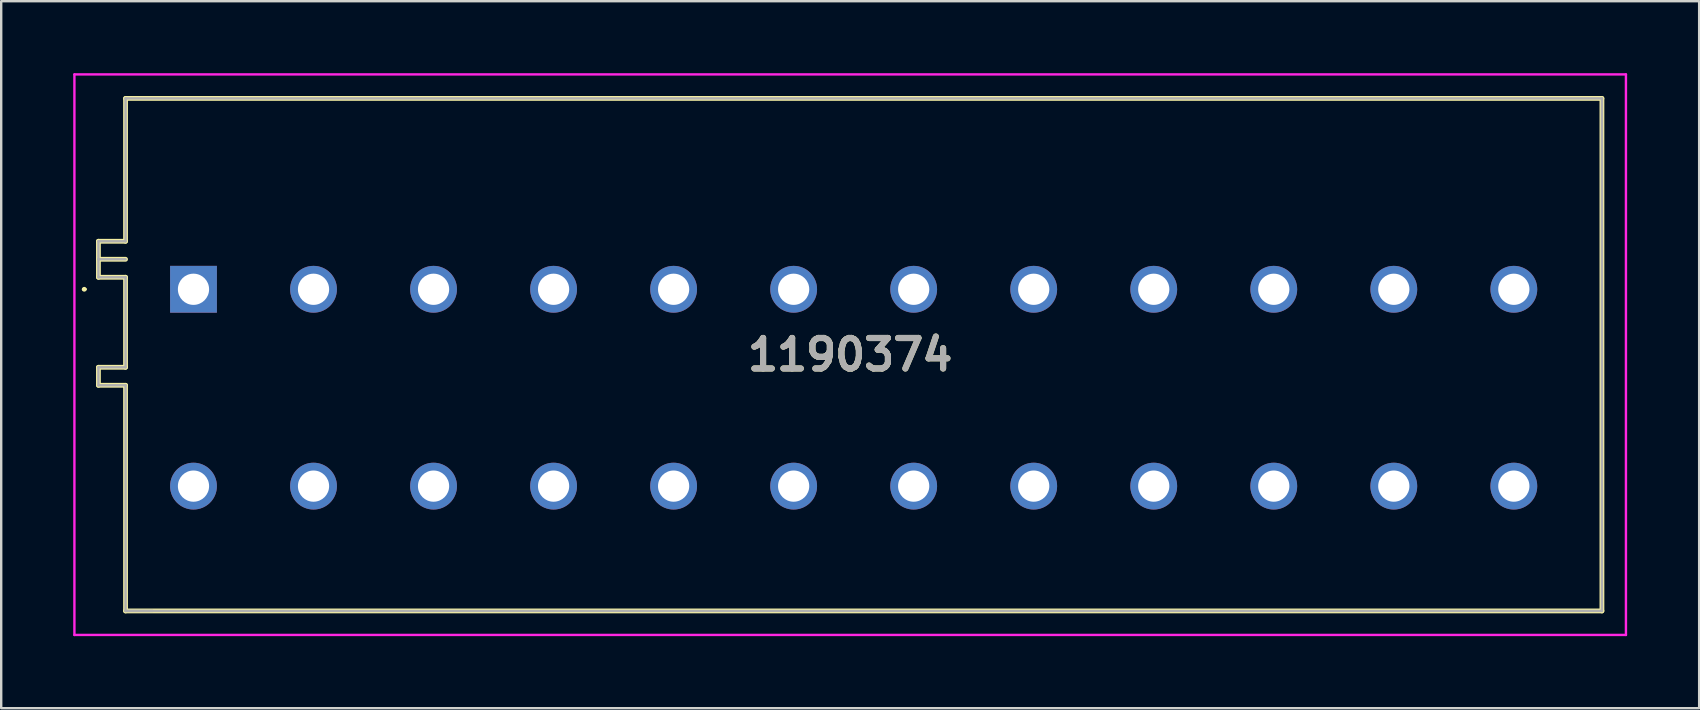
<source format=kicad_pcb>
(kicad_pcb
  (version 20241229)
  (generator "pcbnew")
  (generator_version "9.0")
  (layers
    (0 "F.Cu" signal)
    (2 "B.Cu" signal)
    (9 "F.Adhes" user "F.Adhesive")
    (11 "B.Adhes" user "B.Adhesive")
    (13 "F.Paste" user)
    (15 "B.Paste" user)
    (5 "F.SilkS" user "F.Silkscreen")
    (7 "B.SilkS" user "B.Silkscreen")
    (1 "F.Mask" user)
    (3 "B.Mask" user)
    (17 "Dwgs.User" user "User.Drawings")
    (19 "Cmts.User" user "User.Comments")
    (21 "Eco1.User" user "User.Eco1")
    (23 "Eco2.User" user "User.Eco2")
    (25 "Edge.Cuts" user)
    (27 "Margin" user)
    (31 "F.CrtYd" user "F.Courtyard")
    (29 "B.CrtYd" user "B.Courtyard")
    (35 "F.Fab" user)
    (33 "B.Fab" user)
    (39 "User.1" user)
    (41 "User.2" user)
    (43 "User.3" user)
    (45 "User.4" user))
  (footprint "1190374"
    (layer "F.Cu")
    (at 5.01 9)
    (property "Reference" "1190374" (at 27.355 2.725 0) (layer "F.SilkS") (effects (font (size 1.27 1.27) (thickness 0.254))))
    (attr through_hole)
    (fp_line (start -4.6 0) (end -4.6 0) (stroke (width 0.1) (type solid)) (layer "F.SilkS"))
    (fp_line (start -4.5 0) (end -4.5 0) (stroke (width 0.1) (type solid)) (layer "F.SilkS"))
    (fp_line (start -3.96 -2) (end -3.96 -1.25) (stroke (width 0.2) (type solid)) (layer "F.SilkS"))
    (fp_line (start -3.96 -1.25) (end -3.96 -0.5) (stroke (width 0.2) (type solid)) (layer "F.SilkS"))
    (fp_line (start -3.96 -0.5) (end -2.83 -0.5) (stroke (width 0.2) (type solid)) (layer "F.SilkS"))
    (fp_line (start -3.96 3.25) (end -3.96 4) (stroke (width 0.2) (type solid)) (layer "F.SilkS"))
    (fp_line (start -3.96 4) (end -2.83 4) (stroke (width 0.2) (type solid)) (layer "F.SilkS"))
    (fp_line (start -2.83 -7.95) (end -2.83 -2) (stroke (width 0.2) (type solid)) (layer "F.SilkS"))
    (fp_line (start -2.83 -2) (end -3.96 -2) (stroke (width 0.2) (type solid)) (layer "F.SilkS"))
    (fp_line (start -2.83 -1.25) (end -3.96 -1.25) (stroke (width 0.2) (type solid)) (layer "F.SilkS"))
    (fp_line (start -2.83 -0.5) (end -2.83 3.25) (stroke (width 0.2) (type solid)) (layer "F.SilkS"))
    (fp_line (start -2.83 3.25) (end -3.96 3.25) (stroke (width 0.2) (type solid)) (layer "F.SilkS"))
    (fp_line (start -2.83 4) (end -2.83 13.4) (stroke (width 0.2) (type solid)) (layer "F.SilkS"))
    (fp_line (start -2.83 13.4) (end 58.67 13.4) (stroke (width 0.2) (type solid)) (layer "F.SilkS"))
    (fp_line (start 58.67 -7.95) (end -2.83 -7.95) (stroke (width 0.2) (type solid)) (layer "F.SilkS"))
    (fp_line (start 58.67 13.4) (end 58.67 -7.95) (stroke (width 0.2) (type solid)) (layer "F.SilkS"))
    (fp_arc (start -4.6 0) (mid -4.55 -0.05) (end -4.5 0) (stroke (width 0.1) (type solid)) (layer "F.SilkS"))
    (fp_arc (start -4.5 0) (mid -4.55 0.05) (end -4.6 0) (stroke (width 0.1) (type solid)) (layer "F.SilkS"))
    (fp_line (start -4.96 -8.95) (end 59.67 -8.95) (stroke (width 0.1) (type solid)) (layer "F.CrtYd"))
    (fp_line (start -4.96 14.4) (end -4.96 -8.95) (stroke (width 0.1) (type solid)) (layer "F.CrtYd"))
    (fp_line (start 59.67 -8.95) (end 59.67 14.4) (stroke (width 0.1) (type solid)) (layer "F.CrtYd"))
    (fp_line (start 59.67 14.4) (end -4.96 14.4) (stroke (width 0.1) (type solid)) (layer "F.CrtYd"))
    (fp_line (start -3.96 -2) (end -3.96 -1.25) (stroke (width 0.1) (type solid)) (layer "F.Fab"))
    (fp_line (start -3.96 -1.25) (end -3.96 -0.5) (stroke (width 0.1) (type solid)) (layer "F.Fab"))
    (fp_line (start -3.96 -1.25) (end -2.83 -1.25) (stroke (width 0.1) (type solid)) (layer "F.Fab"))
    (fp_line (start -3.96 -0.5) (end -2.83 -0.5) (stroke (width 0.1) (type solid)) (layer "F.Fab"))
    (fp_line (start -3.96 3.25) (end -3.96 4) (stroke (width 0.1) (type solid)) (layer "F.Fab"))
    (fp_line (start -3.96 4) (end -2.83 4) (stroke (width 0.1) (type solid)) (layer "F.Fab"))
    (fp_line (start -2.83 -7.95) (end -2.83 -2) (stroke (width 0.1) (type solid)) (layer "F.Fab"))
    (fp_line (start -2.83 -2) (end -3.96 -2) (stroke (width 0.1) (type solid)) (layer "F.Fab"))
    (fp_line (start -2.83 -0.5) (end -2.83 3.25) (stroke (width 0.1) (type solid)) (layer "F.Fab"))
    (fp_line (start -2.83 3.25) (end -3.96 3.25) (stroke (width 0.1) (type solid)) (layer "F.Fab"))
    (fp_line (start -2.83 4) (end -2.83 13.4) (stroke (width 0.1) (type solid)) (layer "F.Fab"))
    (fp_line (start -2.83 13.4) (end -1.7 13.4) (stroke (width 0.1) (type solid)) (layer "F.Fab"))
    (fp_line (start -2.83 13.4) (end 58.67 13.4) (stroke (width 0.1) (type solid)) (layer "F.Fab"))
    (fp_line (start 58.67 -7.95) (end -2.83 -7.95) (stroke (width 0.1) (type solid)) (layer "F.Fab"))
    (fp_line (start 58.67 13.4) (end 58.67 -7.95) (stroke (width 0.1) (type solid)) (layer "F.Fab"))
    (fp_text user "${REFERENCE}" (at 27.355 2.725 0) (layer "F.Fab") (effects (font (size 1.27 1.27) (thickness 0.254))))
    (pad "1" thru_hole rect (at 0 0) (size 1.95 1.95) (drill 1.3) (layers "*.Cu" "*.Mask"))
    (pad "1" thru_hole circle (at 0 8.2) (size 1.95 1.95) (drill 1.3) (layers "*.Cu" "*.Mask"))
    (pad "2" thru_hole circle (at 5 0) (size 1.95 1.95) (drill 1.3) (layers "*.Cu" "*.Mask"))
    (pad "2" thru_hole circle (at 5 8.2) (size 1.95 1.95) (drill 1.3) (layers "*.Cu" "*.Mask"))
    (pad "3" thru_hole circle (at 10 0) (size 1.95 1.95) (drill 1.3) (layers "*.Cu" "*.Mask"))
    (pad "3" thru_hole circle (at 10 8.2) (size 1.95 1.95) (drill 1.3) (layers "*.Cu" "*.Mask"))
    (pad "4" thru_hole circle (at 15 0) (size 1.95 1.95) (drill 1.3) (layers "*.Cu" "*.Mask"))
    (pad "4" thru_hole circle (at 15 8.2) (size 1.95 1.95) (drill 1.3) (layers "*.Cu" "*.Mask"))
    (pad "5" thru_hole circle (at 20 0) (size 1.95 1.95) (drill 1.3) (layers "*.Cu" "*.Mask"))
    (pad "5" thru_hole circle (at 20 8.2) (size 1.95 1.95) (drill 1.3) (layers "*.Cu" "*.Mask"))
    (pad "6" thru_hole circle (at 25 0) (size 1.95 1.95) (drill 1.3) (layers "*.Cu" "*.Mask"))
    (pad "6" thru_hole circle (at 25 8.2) (size 1.95 1.95) (drill 1.3) (layers "*.Cu" "*.Mask"))
    (pad "7" thru_hole circle (at 30 0) (size 1.95 1.95) (drill 1.3) (layers "*.Cu" "*.Mask"))
    (pad "7" thru_hole circle (at 30 8.2) (size 1.95 1.95) (drill 1.3) (layers "*.Cu" "*.Mask"))
    (pad "8" thru_hole circle (at 35 0) (size 1.95 1.95) (drill 1.3) (layers "*.Cu" "*.Mask"))
    (pad "8" thru_hole circle (at 35 8.2) (size 1.95 1.95) (drill 1.3) (layers "*.Cu" "*.Mask"))
    (pad "9" thru_hole circle (at 40 0) (size 1.95 1.95) (drill 1.3) (layers "*.Cu" "*.Mask"))
    (pad "9" thru_hole circle (at 40 8.2) (size 1.95 1.95) (drill 1.3) (layers "*.Cu" "*.Mask"))
    (pad "10" thru_hole circle (at 45 0) (size 1.95 1.95) (drill 1.3) (layers "*.Cu" "*.Mask"))
    (pad "10" thru_hole circle (at 45 8.2) (size 1.95 1.95) (drill 1.3) (layers "*.Cu" "*.Mask"))
    (pad "11" thru_hole circle (at 50 0 90) (size 1.95 1.95) (drill 1.3) (layers "*.Cu" "*.Mask"))
    (pad "11" thru_hole circle (at 50 8.2) (size 1.95 1.95) (drill 1.3) (layers "*.Cu" "*.Mask"))
    (pad "12" thru_hole circle (at 55 0) (size 1.95 1.95) (drill 1.3) (layers "*.Cu" "*.Mask"))
    (pad "12" thru_hole circle (at 55 8.2) (size 1.95 1.95) (drill 1.3) (layers "*.Cu" "*.Mask")))
  (gr_rect
    (start -3 -3)
    (end 67.73 26.45)
    (stroke (width 0.1) (type default))
    (fill no)
    (layer "Edge.Cuts")))
</source>
